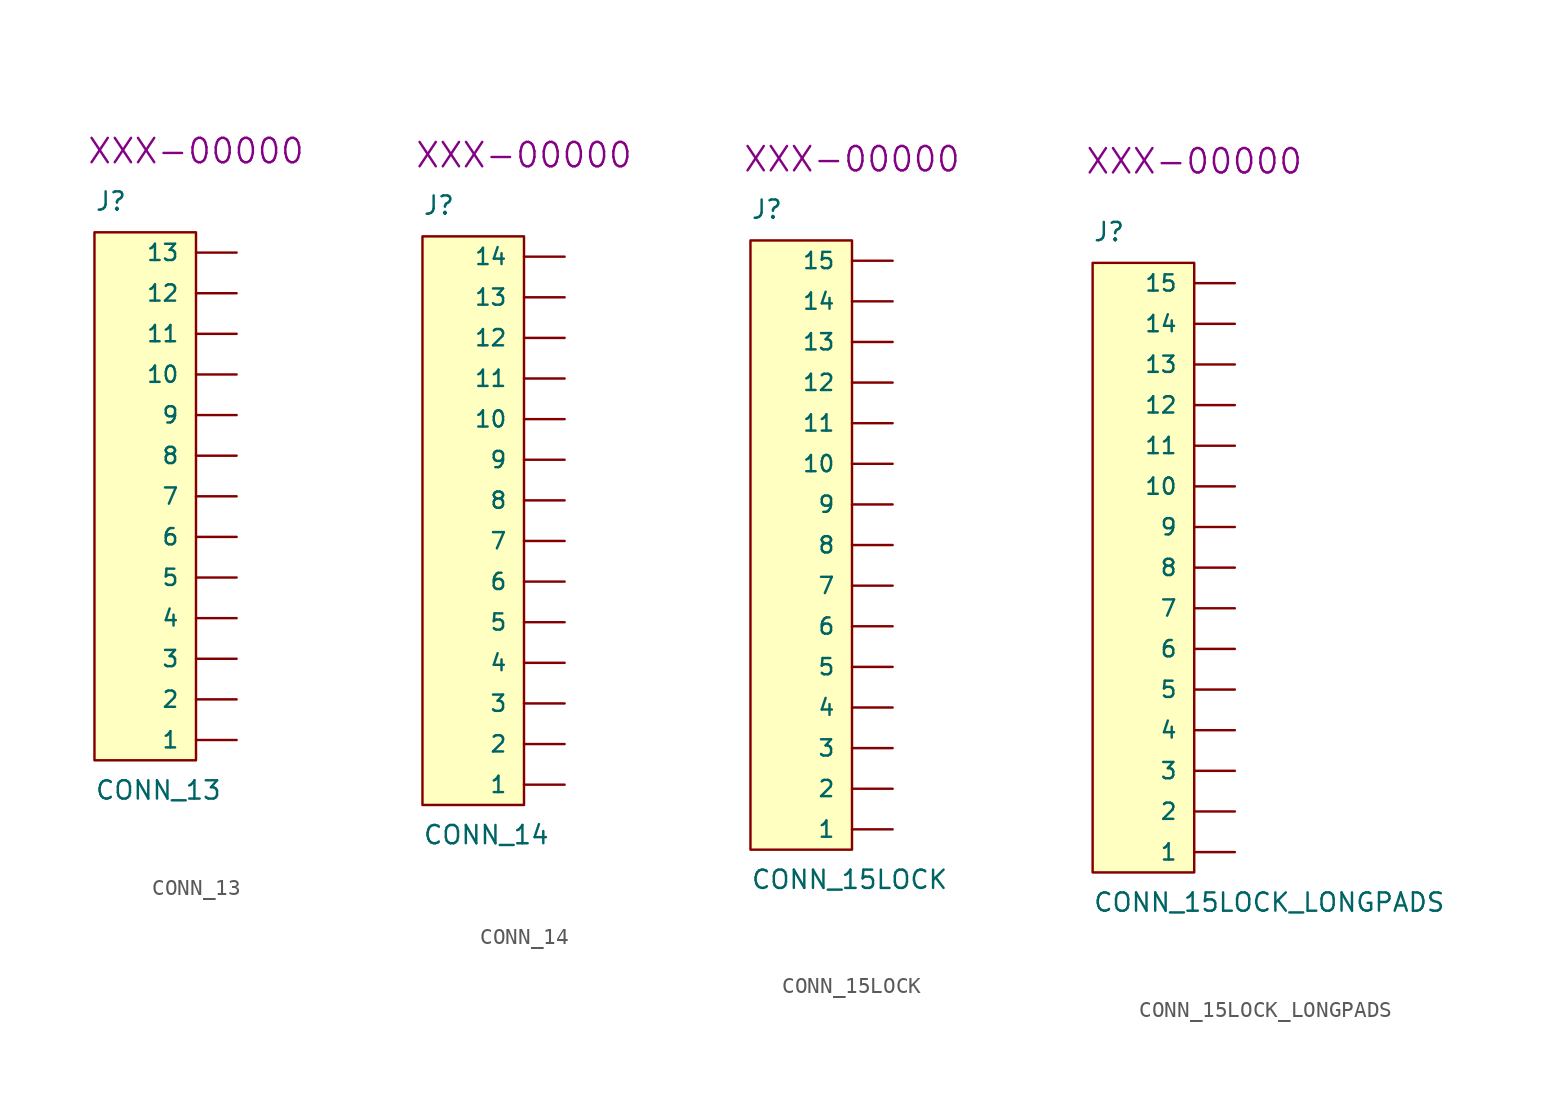
<source format=kicad_sym>
(kicad_symbol_lib
  (version 20220914)
  (generator kicad_symbol_editor)
  (symbol "CONN_13"
    (pin_numbers hide)
    (pin_names
      (offset 1.016))
    (property "Reference" "J"
      (at -6.35 33.02 0)
      (effects (font (size 1.143 1.143)) (justify left bottom)))
    (property "Value" "CONN_13"
      (at -6.35 -3.81 0)
      (effects (font (size 1.143 1.143)) (justify left bottom)))
    (property "Field4" "XXX-00000"
      (at 0 36.83 0)
      (effects (font (size 1.524 1.524))))
    (property "ki_locked" ""
      (at 0 0 0)
      (effects (font (size 1.27 1.27))))
    (symbol "CONN_13_0_1"
      (rectangle (start 0 -1.27) (end -6.35 31.75) (stroke (width 0) (type solid)) (fill (type background))))
    (symbol "CONN_13_1_1"
      (pin passive line (at 2.54 0 180) (length 2.54) (name "1" (effects (font (size 1.016 1.016)))) (number "1" (effects (font (size 1.016 1.016)))))
      (pin passive line (at 2.54 22.86 180) (length 2.54) (name "10" (effects (font (size 1.016 1.016)))) (number "10" (effects (font (size 1.016 1.016)))))
      (pin passive line (at 2.54 25.4 180) (length 2.54) (name "11" (effects (font (size 1.016 1.016)))) (number "11" (effects (font (size 1.016 1.016)))))
      (pin passive line (at 2.54 27.94 180) (length 2.54) (name "12" (effects (font (size 1.016 1.016)))) (number "12" (effects (font (size 1.016 1.016)))))
      (pin passive line (at 2.54 30.48 180) (length 2.54) (name "13" (effects (font (size 1.016 1.016)))) (number "13" (effects (font (size 1.016 1.016)))))
      (pin passive line (at 2.54 2.54 180) (length 2.54) (name "2" (effects (font (size 1.016 1.016)))) (number "2" (effects (font (size 1.016 1.016)))))
      (pin passive line (at 2.54 5.08 180) (length 2.54) (name "3" (effects (font (size 1.016 1.016)))) (number "3" (effects (font (size 1.016 1.016)))))
      (pin passive line (at 2.54 7.62 180) (length 2.54) (name "4" (effects (font (size 1.016 1.016)))) (number "4" (effects (font (size 1.016 1.016)))))
      (pin passive line (at 2.54 10.16 180) (length 2.54) (name "5" (effects (font (size 1.016 1.016)))) (number "5" (effects (font (size 1.016 1.016)))))
      (pin passive line (at 2.54 12.7 180) (length 2.54) (name "6" (effects (font (size 1.016 1.016)))) (number "6" (effects (font (size 1.016 1.016)))))
      (pin passive line (at 2.54 15.24 180) (length 2.54) (name "7" (effects (font (size 1.016 1.016)))) (number "7" (effects (font (size 1.016 1.016)))))
      (pin passive line (at 2.54 17.78 180) (length 2.54) (name "8" (effects (font (size 1.016 1.016)))) (number "8" (effects (font (size 1.016 1.016)))))
      (pin passive line (at 2.54 20.32 180) (length 2.54) (name "9" (effects (font (size 1.016 1.016)))) (number "9" (effects (font (size 1.016 1.016)))))))
  (symbol "CONN_14"
    (pin_numbers hide)
    (pin_names
      (offset 1.016))
    (property "Reference" "J"
      (at -6.35 35.56 0)
      (effects (font (size 1.143 1.143)) (justify left bottom)))
    (property "Value" "CONN_14"
      (at -6.35 -3.81 0)
      (effects (font (size 1.143 1.143)) (justify left bottom)))
    (property "Field4" "XXX-00000"
      (at 0 39.37 0)
      (effects (font (size 1.524 1.524))))
    (property "ki_locked" ""
      (at 0 0 0)
      (effects (font (size 1.27 1.27))))
    (symbol "CONN_14_0_1"
      (rectangle (start 0 -1.27) (end -6.35 34.29) (stroke (width 0) (type solid)) (fill (type background))))
    (symbol "CONN_14_1_1"
      (pin passive line (at 2.54 0 180) (length 2.54) (name "1" (effects (font (size 1.016 1.016)))) (number "1" (effects (font (size 1.016 1.016)))))
      (pin passive line (at 2.54 22.86 180) (length 2.54) (name "10" (effects (font (size 1.016 1.016)))) (number "10" (effects (font (size 1.016 1.016)))))
      (pin passive line (at 2.54 25.4 180) (length 2.54) (name "11" (effects (font (size 1.016 1.016)))) (number "11" (effects (font (size 1.016 1.016)))))
      (pin passive line (at 2.54 27.94 180) (length 2.54) (name "12" (effects (font (size 1.016 1.016)))) (number "12" (effects (font (size 1.016 1.016)))))
      (pin passive line (at 2.54 30.48 180) (length 2.54) (name "13" (effects (font (size 1.016 1.016)))) (number "13" (effects (font (size 1.016 1.016)))))
      (pin passive line (at 2.54 33.02 180) (length 2.54) (name "14" (effects (font (size 1.016 1.016)))) (number "14" (effects (font (size 1.016 1.016)))))
      (pin passive line (at 2.54 2.54 180) (length 2.54) (name "2" (effects (font (size 1.016 1.016)))) (number "2" (effects (font (size 1.016 1.016)))))
      (pin passive line (at 2.54 5.08 180) (length 2.54) (name "3" (effects (font (size 1.016 1.016)))) (number "3" (effects (font (size 1.016 1.016)))))
      (pin passive line (at 2.54 7.62 180) (length 2.54) (name "4" (effects (font (size 1.016 1.016)))) (number "4" (effects (font (size 1.016 1.016)))))
      (pin passive line (at 2.54 10.16 180) (length 2.54) (name "5" (effects (font (size 1.016 1.016)))) (number "5" (effects (font (size 1.016 1.016)))))
      (pin passive line (at 2.54 12.7 180) (length 2.54) (name "6" (effects (font (size 1.016 1.016)))) (number "6" (effects (font (size 1.016 1.016)))))
      (pin passive line (at 2.54 15.24 180) (length 2.54) (name "7" (effects (font (size 1.016 1.016)))) (number "7" (effects (font (size 1.016 1.016)))))
      (pin passive line (at 2.54 17.78 180) (length 2.54) (name "8" (effects (font (size 1.016 1.016)))) (number "8" (effects (font (size 1.016 1.016)))))
      (pin passive line (at 2.54 20.32 180) (length 2.54) (name "9" (effects (font (size 1.016 1.016)))) (number "9" (effects (font (size 1.016 1.016)))))))
  (symbol "CONN_15LOCK"
    (pin_numbers hide)
    (pin_names
      (offset 1.016))
    (property "Reference" "J"
      (at -6.35 38.1 0)
      (effects (font (size 1.143 1.143)) (justify left bottom)))
    (property "Value" "CONN_15LOCK"
      (at -6.35 -3.81 0)
      (effects (font (size 1.143 1.143)) (justify left bottom)))
    (property "Field4" "XXX-00000"
      (at 0 41.91 0)
      (effects (font (size 1.524 1.524))))
    (property "ki_locked" ""
      (at 0 0 0)
      (effects (font (size 1.27 1.27))))
    (symbol "CONN_15LOCK_0_1"
      (rectangle (start 0 -1.27) (end -6.35 36.83) (stroke (width 0) (type solid)) (fill (type background))))
    (symbol "CONN_15LOCK_1_1"
      (pin passive line (at 2.54 0 180) (length 2.54) (name "1" (effects (font (size 1.016 1.016)))) (number "1" (effects (font (size 1.016 1.016)))))
      (pin passive line (at 2.54 22.86 180) (length 2.54) (name "10" (effects (font (size 1.016 1.016)))) (number "10" (effects (font (size 1.016 1.016)))))
      (pin passive line (at 2.54 25.4 180) (length 2.54) (name "11" (effects (font (size 1.016 1.016)))) (number "11" (effects (font (size 1.016 1.016)))))
      (pin passive line (at 2.54 27.94 180) (length 2.54) (name "12" (effects (font (size 1.016 1.016)))) (number "12" (effects (font (size 1.016 1.016)))))
      (pin passive line (at 2.54 30.48 180) (length 2.54) (name "13" (effects (font (size 1.016 1.016)))) (number "13" (effects (font (size 1.016 1.016)))))
      (pin passive line (at 2.54 33.02 180) (length 2.54) (name "14" (effects (font (size 1.016 1.016)))) (number "14" (effects (font (size 1.016 1.016)))))
      (pin passive line (at 2.54 35.56 180) (length 2.54) (name "15" (effects (font (size 1.016 1.016)))) (number "15" (effects (font (size 1.016 1.016)))))
      (pin passive line (at 2.54 2.54 180) (length 2.54) (name "2" (effects (font (size 1.016 1.016)))) (number "2" (effects (font (size 1.016 1.016)))))
      (pin passive line (at 2.54 5.08 180) (length 2.54) (name "3" (effects (font (size 1.016 1.016)))) (number "3" (effects (font (size 1.016 1.016)))))
      (pin passive line (at 2.54 7.62 180) (length 2.54) (name "4" (effects (font (size 1.016 1.016)))) (number "4" (effects (font (size 1.016 1.016)))))
      (pin passive line (at 2.54 10.16 180) (length 2.54) (name "5" (effects (font (size 1.016 1.016)))) (number "5" (effects (font (size 1.016 1.016)))))
      (pin passive line (at 2.54 12.7 180) (length 2.54) (name "6" (effects (font (size 1.016 1.016)))) (number "6" (effects (font (size 1.016 1.016)))))
      (pin passive line (at 2.54 15.24 180) (length 2.54) (name "7" (effects (font (size 1.016 1.016)))) (number "7" (effects (font (size 1.016 1.016)))))
      (pin passive line (at 2.54 17.78 180) (length 2.54) (name "8" (effects (font (size 1.016 1.016)))) (number "8" (effects (font (size 1.016 1.016)))))
      (pin passive line (at 2.54 20.32 180) (length 2.54) (name "9" (effects (font (size 1.016 1.016)))) (number "9" (effects (font (size 1.016 1.016)))))))
  (symbol "CONN_15LOCK_LONGPADS"
    (pin_numbers hide)
    (pin_names
      (offset 1.016))
    (property "Reference" "J"
      (at -6.35 38.1 0)
      (effects (font (size 1.143 1.143)) (justify left bottom)))
    (property "Value" "CONN_15LOCK_LONGPADS"
      (at -6.35 -3.81 0)
      (effects (font (size 1.143 1.143)) (justify left bottom)))
    (property "Field4" "XXX-00000"
      (at 0 43.18 0)
      (effects (font (size 1.524 1.524))))
    (property "ki_locked" ""
      (at 0 0 0)
      (effects (font (size 1.27 1.27))))
    (symbol "CONN_15LOCK_LONGPADS_0_1"
      (rectangle (start 0 -1.27) (end -6.35 36.83) (stroke (width 0) (type solid)) (fill (type background))))
    (symbol "CONN_15LOCK_LONGPADS_1_1"
      (pin passive line (at 2.54 0 180) (length 2.54) (name "1" (effects (font (size 1.016 1.016)))) (number "1" (effects (font (size 1.016 1.016)))))
      (pin passive line (at 2.54 22.86 180) (length 2.54) (name "10" (effects (font (size 1.016 1.016)))) (number "10" (effects (font (size 1.016 1.016)))))
      (pin passive line (at 2.54 25.4 180) (length 2.54) (name "11" (effects (font (size 1.016 1.016)))) (number "11" (effects (font (size 1.016 1.016)))))
      (pin passive line (at 2.54 27.94 180) (length 2.54) (name "12" (effects (font (size 1.016 1.016)))) (number "12" (effects (font (size 1.016 1.016)))))
      (pin passive line (at 2.54 30.48 180) (length 2.54) (name "13" (effects (font (size 1.016 1.016)))) (number "13" (effects (font (size 1.016 1.016)))))
      (pin passive line (at 2.54 33.02 180) (length 2.54) (name "14" (effects (font (size 1.016 1.016)))) (number "14" (effects (font (size 1.016 1.016)))))
      (pin passive line (at 2.54 35.56 180) (length 2.54) (name "15" (effects (font (size 1.016 1.016)))) (number "15" (effects (font (size 1.016 1.016)))))
      (pin passive line (at 2.54 2.54 180) (length 2.54) (name "2" (effects (font (size 1.016 1.016)))) (number "2" (effects (font (size 1.016 1.016)))))
      (pin passive line (at 2.54 5.08 180) (length 2.54) (name "3" (effects (font (size 1.016 1.016)))) (number "3" (effects (font (size 1.016 1.016)))))
      (pin passive line (at 2.54 7.62 180) (length 2.54) (name "4" (effects (font (size 1.016 1.016)))) (number "4" (effects (font (size 1.016 1.016)))))
      (pin passive line (at 2.54 10.16 180) (length 2.54) (name "5" (effects (font (size 1.016 1.016)))) (number "5" (effects (font (size 1.016 1.016)))))
      (pin passive line (at 2.54 12.7 180) (length 2.54) (name "6" (effects (font (size 1.016 1.016)))) (number "6" (effects (font (size 1.016 1.016)))))
      (pin passive line (at 2.54 15.24 180) (length 2.54) (name "7" (effects (font (size 1.016 1.016)))) (number "7" (effects (font (size 1.016 1.016)))))
      (pin passive line (at 2.54 17.78 180) (length 2.54) (name "8" (effects (font (size 1.016 1.016)))) (number "8" (effects (font (size 1.016 1.016)))))
      (pin passive line (at 2.54 20.32 180) (length 2.54) (name "9" (effects (font (size 1.016 1.016)))) (number "9" (effects (font (size 1.016 1.016))))))))
</source>
